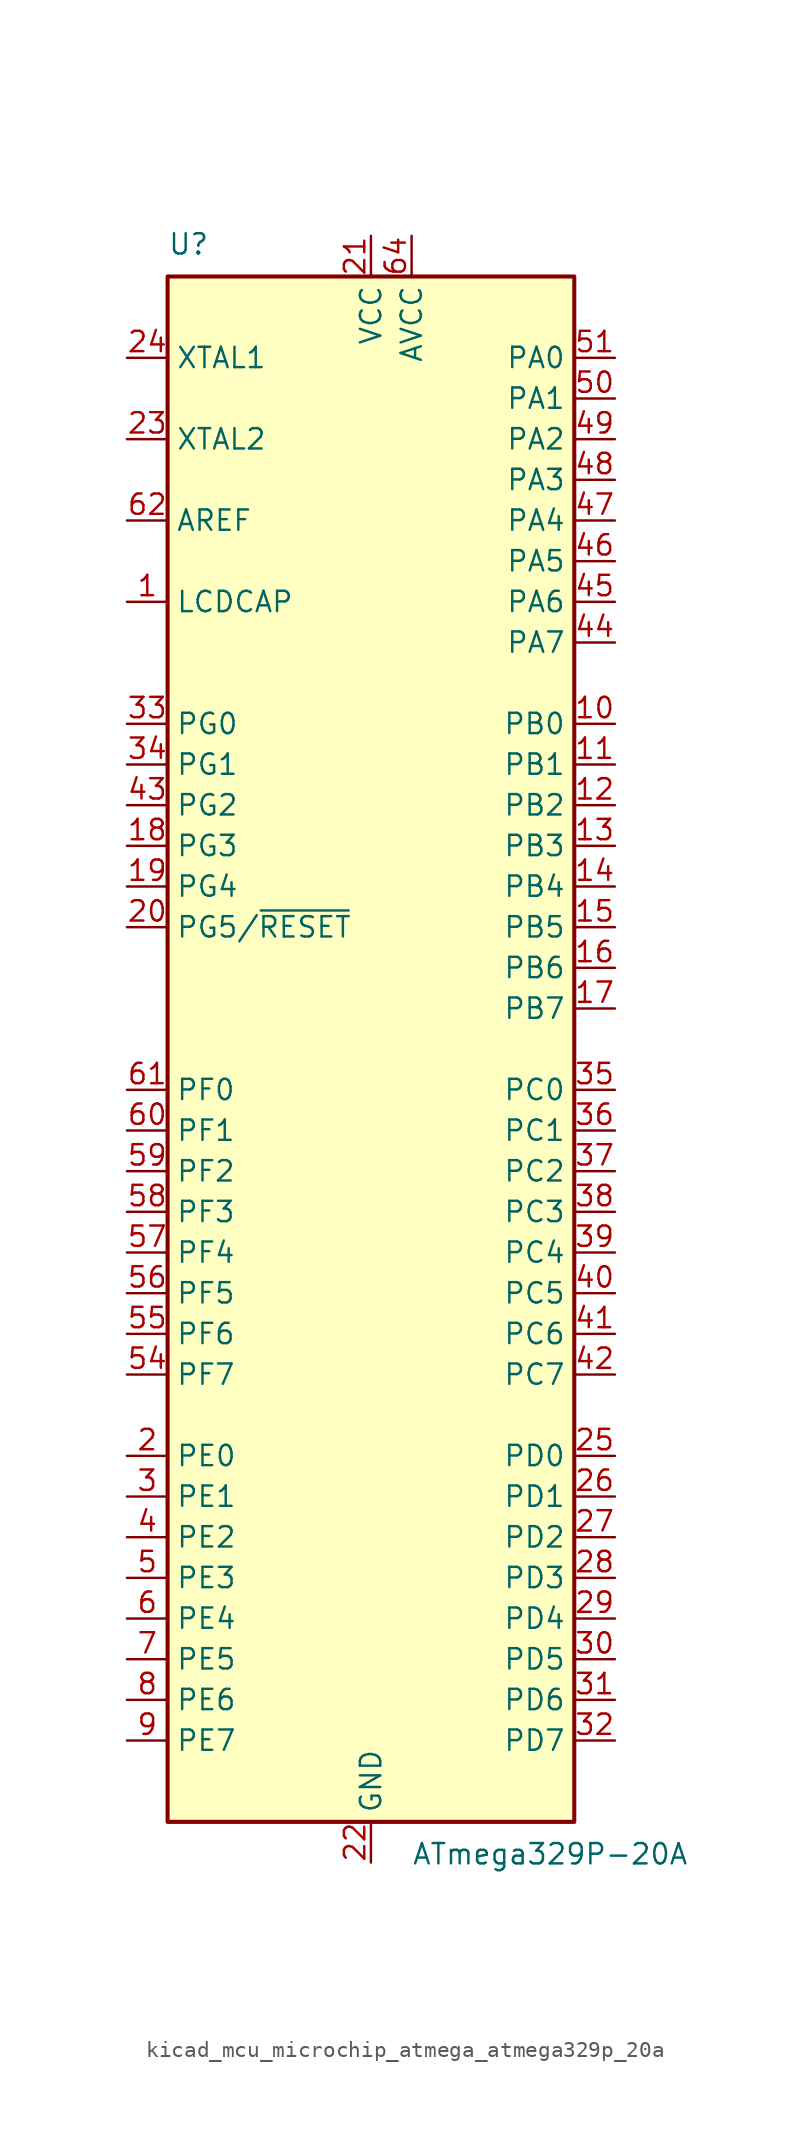
<source format=kicad_sym>
(kicad_symbol_lib
  (version 20220914)
  (generator kicad_symbol_editor)
  (symbol "kicad_mcu_microchip_atmega_atmega329p_20a"
    (property "Reference" "U"
      (at -12.7 49.53 0)
      (effects (font (size 1.27 1.27)) (justify left bottom)))
    (property "Value" "ATmega329P-20A"
      (at 2.54 -49.53 0)
      (effects (font (size 1.27 1.27)) (justify left top)))
    (symbol "kicad_mcu_microchip_atmega_atmega329p_20a_0_1"
      (rectangle (start -12.7 -48.26) (end 12.7 48.26) (stroke (width 0.254) (type default)) (fill (type background))))
    (symbol "kicad_mcu_microchip_atmega_atmega329p_20a_1_1"
      (pin passive line (at -15.24 27.94 0) (length 2.54) (name "LCDCAP" (effects (font (size 1.27 1.27)))) (number "1" (effects (font (size 1.27 1.27)))))
      (pin bidirectional line (at 15.24 20.32 180) (length 2.54) (name "PB0" (effects (font (size 1.27 1.27)))) (number "10" (effects (font (size 1.27 1.27)))))
      (pin bidirectional line (at 15.24 17.78 180) (length 2.54) (name "PB1" (effects (font (size 1.27 1.27)))) (number "11" (effects (font (size 1.27 1.27)))))
      (pin bidirectional line (at 15.24 15.24 180) (length 2.54) (name "PB2" (effects (font (size 1.27 1.27)))) (number "12" (effects (font (size 1.27 1.27)))))
      (pin bidirectional line (at 15.24 12.7 180) (length 2.54) (name "PB3" (effects (font (size 1.27 1.27)))) (number "13" (effects (font (size 1.27 1.27)))))
      (pin bidirectional line (at 15.24 10.16 180) (length 2.54) (name "PB4" (effects (font (size 1.27 1.27)))) (number "14" (effects (font (size 1.27 1.27)))))
      (pin bidirectional line (at 15.24 7.62 180) (length 2.54) (name "PB5" (effects (font (size 1.27 1.27)))) (number "15" (effects (font (size 1.27 1.27)))))
      (pin bidirectional line (at 15.24 5.08 180) (length 2.54) (name "PB6" (effects (font (size 1.27 1.27)))) (number "16" (effects (font (size 1.27 1.27)))))
      (pin bidirectional line (at 15.24 2.54 180) (length 2.54) (name "PB7" (effects (font (size 1.27 1.27)))) (number "17" (effects (font (size 1.27 1.27)))))
      (pin bidirectional line (at -15.24 12.7 0) (length 2.54) (name "PG3" (effects (font (size 1.27 1.27)))) (number "18" (effects (font (size 1.27 1.27)))))
      (pin bidirectional line (at -15.24 10.16 0) (length 2.54) (name "PG4" (effects (font (size 1.27 1.27)))) (number "19" (effects (font (size 1.27 1.27)))))
      (pin bidirectional line (at -15.24 -25.4 0) (length 2.54) (name "PE0" (effects (font (size 1.27 1.27)))) (number "2" (effects (font (size 1.27 1.27)))))
      (pin bidirectional line (at -15.24 7.62 0) (length 2.54) (name "PG5/~{RESET}" (effects (font (size 1.27 1.27)))) (number "20" (effects (font (size 1.27 1.27)))))
      (pin power_in line (at 0 50.8 270) (length 2.54) (name "VCC" (effects (font (size 1.27 1.27)))) (number "21" (effects (font (size 1.27 1.27)))))
      (pin power_in line (at 0 -50.8 90) (length 2.54) (name "GND" (effects (font (size 1.27 1.27)))) (number "22" (effects (font (size 1.27 1.27)))))
      (pin output line (at -15.24 38.1 0) (length 2.54) (name "XTAL2" (effects (font (size 1.27 1.27)))) (number "23" (effects (font (size 1.27 1.27)))))
      (pin input line (at -15.24 43.18 0) (length 2.54) (name "XTAL1" (effects (font (size 1.27 1.27)))) (number "24" (effects (font (size 1.27 1.27)))))
      (pin bidirectional line (at 15.24 -25.4 180) (length 2.54) (name "PD0" (effects (font (size 1.27 1.27)))) (number "25" (effects (font (size 1.27 1.27)))))
      (pin bidirectional line (at 15.24 -27.94 180) (length 2.54) (name "PD1" (effects (font (size 1.27 1.27)))) (number "26" (effects (font (size 1.27 1.27)))))
      (pin bidirectional line (at 15.24 -30.48 180) (length 2.54) (name "PD2" (effects (font (size 1.27 1.27)))) (number "27" (effects (font (size 1.27 1.27)))))
      (pin bidirectional line (at 15.24 -33.02 180) (length 2.54) (name "PD3" (effects (font (size 1.27 1.27)))) (number "28" (effects (font (size 1.27 1.27)))))
      (pin bidirectional line (at 15.24 -35.56 180) (length 2.54) (name "PD4" (effects (font (size 1.27 1.27)))) (number "29" (effects (font (size 1.27 1.27)))))
      (pin bidirectional line (at -15.24 -27.94 0) (length 2.54) (name "PE1" (effects (font (size 1.27 1.27)))) (number "3" (effects (font (size 1.27 1.27)))))
      (pin bidirectional line (at 15.24 -38.1 180) (length 2.54) (name "PD5" (effects (font (size 1.27 1.27)))) (number "30" (effects (font (size 1.27 1.27)))))
      (pin bidirectional line (at 15.24 -40.64 180) (length 2.54) (name "PD6" (effects (font (size 1.27 1.27)))) (number "31" (effects (font (size 1.27 1.27)))))
      (pin bidirectional line (at 15.24 -43.18 180) (length 2.54) (name "PD7" (effects (font (size 1.27 1.27)))) (number "32" (effects (font (size 1.27 1.27)))))
      (pin bidirectional line (at -15.24 20.32 0) (length 2.54) (name "PG0" (effects (font (size 1.27 1.27)))) (number "33" (effects (font (size 1.27 1.27)))))
      (pin bidirectional line (at -15.24 17.78 0) (length 2.54) (name "PG1" (effects (font (size 1.27 1.27)))) (number "34" (effects (font (size 1.27 1.27)))))
      (pin bidirectional line (at 15.24 -2.54 180) (length 2.54) (name "PC0" (effects (font (size 1.27 1.27)))) (number "35" (effects (font (size 1.27 1.27)))))
      (pin bidirectional line (at 15.24 -5.08 180) (length 2.54) (name "PC1" (effects (font (size 1.27 1.27)))) (number "36" (effects (font (size 1.27 1.27)))))
      (pin bidirectional line (at 15.24 -7.62 180) (length 2.54) (name "PC2" (effects (font (size 1.27 1.27)))) (number "37" (effects (font (size 1.27 1.27)))))
      (pin bidirectional line (at 15.24 -10.16 180) (length 2.54) (name "PC3" (effects (font (size 1.27 1.27)))) (number "38" (effects (font (size 1.27 1.27)))))
      (pin bidirectional line (at 15.24 -12.7 180) (length 2.54) (name "PC4" (effects (font (size 1.27 1.27)))) (number "39" (effects (font (size 1.27 1.27)))))
      (pin bidirectional line (at -15.24 -30.48 0) (length 2.54) (name "PE2" (effects (font (size 1.27 1.27)))) (number "4" (effects (font (size 1.27 1.27)))))
      (pin bidirectional line (at 15.24 -15.24 180) (length 2.54) (name "PC5" (effects (font (size 1.27 1.27)))) (number "40" (effects (font (size 1.27 1.27)))))
      (pin bidirectional line (at 15.24 -17.78 180) (length 2.54) (name "PC6" (effects (font (size 1.27 1.27)))) (number "41" (effects (font (size 1.27 1.27)))))
      (pin bidirectional line (at 15.24 -20.32 180) (length 2.54) (name "PC7" (effects (font (size 1.27 1.27)))) (number "42" (effects (font (size 1.27 1.27)))))
      (pin bidirectional line (at -15.24 15.24 0) (length 2.54) (name "PG2" (effects (font (size 1.27 1.27)))) (number "43" (effects (font (size 1.27 1.27)))))
      (pin bidirectional line (at 15.24 25.4 180) (length 2.54) (name "PA7" (effects (font (size 1.27 1.27)))) (number "44" (effects (font (size 1.27 1.27)))))
      (pin bidirectional line (at 15.24 27.94 180) (length 2.54) (name "PA6" (effects (font (size 1.27 1.27)))) (number "45" (effects (font (size 1.27 1.27)))))
      (pin bidirectional line (at 15.24 30.48 180) (length 2.54) (name "PA5" (effects (font (size 1.27 1.27)))) (number "46" (effects (font (size 1.27 1.27)))))
      (pin bidirectional line (at 15.24 33.02 180) (length 2.54) (name "PA4" (effects (font (size 1.27 1.27)))) (number "47" (effects (font (size 1.27 1.27)))))
      (pin bidirectional line (at 15.24 35.56 180) (length 2.54) (name "PA3" (effects (font (size 1.27 1.27)))) (number "48" (effects (font (size 1.27 1.27)))))
      (pin bidirectional line (at 15.24 38.1 180) (length 2.54) (name "PA2" (effects (font (size 1.27 1.27)))) (number "49" (effects (font (size 1.27 1.27)))))
      (pin bidirectional line (at -15.24 -33.02 0) (length 2.54) (name "PE3" (effects (font (size 1.27 1.27)))) (number "5" (effects (font (size 1.27 1.27)))))
      (pin bidirectional line (at 15.24 40.64 180) (length 2.54) (name "PA1" (effects (font (size 1.27 1.27)))) (number "50" (effects (font (size 1.27 1.27)))))
      (pin bidirectional line (at 15.24 43.18 180) (length 2.54) (name "PA0" (effects (font (size 1.27 1.27)))) (number "51" (effects (font (size 1.27 1.27)))))
      (pin passive line (at 0 50.8 270) (length 2.54) hide (name "VCC" (effects (font (size 1.27 1.27)))) (number "52" (effects (font (size 1.27 1.27)))))
      (pin passive line (at 0 -50.8 90) (length 2.54) hide (name "GND" (effects (font (size 1.27 1.27)))) (number "53" (effects (font (size 1.27 1.27)))))
      (pin bidirectional line (at -15.24 -20.32 0) (length 2.54) (name "PF7" (effects (font (size 1.27 1.27)))) (number "54" (effects (font (size 1.27 1.27)))))
      (pin bidirectional line (at -15.24 -17.78 0) (length 2.54) (name "PF6" (effects (font (size 1.27 1.27)))) (number "55" (effects (font (size 1.27 1.27)))))
      (pin bidirectional line (at -15.24 -15.24 0) (length 2.54) (name "PF5" (effects (font (size 1.27 1.27)))) (number "56" (effects (font (size 1.27 1.27)))))
      (pin bidirectional line (at -15.24 -12.7 0) (length 2.54) (name "PF4" (effects (font (size 1.27 1.27)))) (number "57" (effects (font (size 1.27 1.27)))))
      (pin bidirectional line (at -15.24 -10.16 0) (length 2.54) (name "PF3" (effects (font (size 1.27 1.27)))) (number "58" (effects (font (size 1.27 1.27)))))
      (pin bidirectional line (at -15.24 -7.62 0) (length 2.54) (name "PF2" (effects (font (size 1.27 1.27)))) (number "59" (effects (font (size 1.27 1.27)))))
      (pin bidirectional line (at -15.24 -35.56 0) (length 2.54) (name "PE4" (effects (font (size 1.27 1.27)))) (number "6" (effects (font (size 1.27 1.27)))))
      (pin bidirectional line (at -15.24 -5.08 0) (length 2.54) (name "PF1" (effects (font (size 1.27 1.27)))) (number "60" (effects (font (size 1.27 1.27)))))
      (pin bidirectional line (at -15.24 -2.54 0) (length 2.54) (name "PF0" (effects (font (size 1.27 1.27)))) (number "61" (effects (font (size 1.27 1.27)))))
      (pin passive line (at -15.24 33.02 0) (length 2.54) (name "AREF" (effects (font (size 1.27 1.27)))) (number "62" (effects (font (size 1.27 1.27)))))
      (pin passive line (at 0 -50.8 90) (length 2.54) hide (name "GND" (effects (font (size 1.27 1.27)))) (number "63" (effects (font (size 1.27 1.27)))))
      (pin power_in line (at 2.54 50.8 270) (length 2.54) (name "AVCC" (effects (font (size 1.27 1.27)))) (number "64" (effects (font (size 1.27 1.27)))))
      (pin bidirectional line (at -15.24 -38.1 0) (length 2.54) (name "PE5" (effects (font (size 1.27 1.27)))) (number "7" (effects (font (size 1.27 1.27)))))
      (pin bidirectional line (at -15.24 -40.64 0) (length 2.54) (name "PE6" (effects (font (size 1.27 1.27)))) (number "8" (effects (font (size 1.27 1.27)))))
      (pin bidirectional line (at -15.24 -43.18 0) (length 2.54) (name "PE7" (effects (font (size 1.27 1.27)))) (number "9" (effects (font (size 1.27 1.27))))))))
</source>
